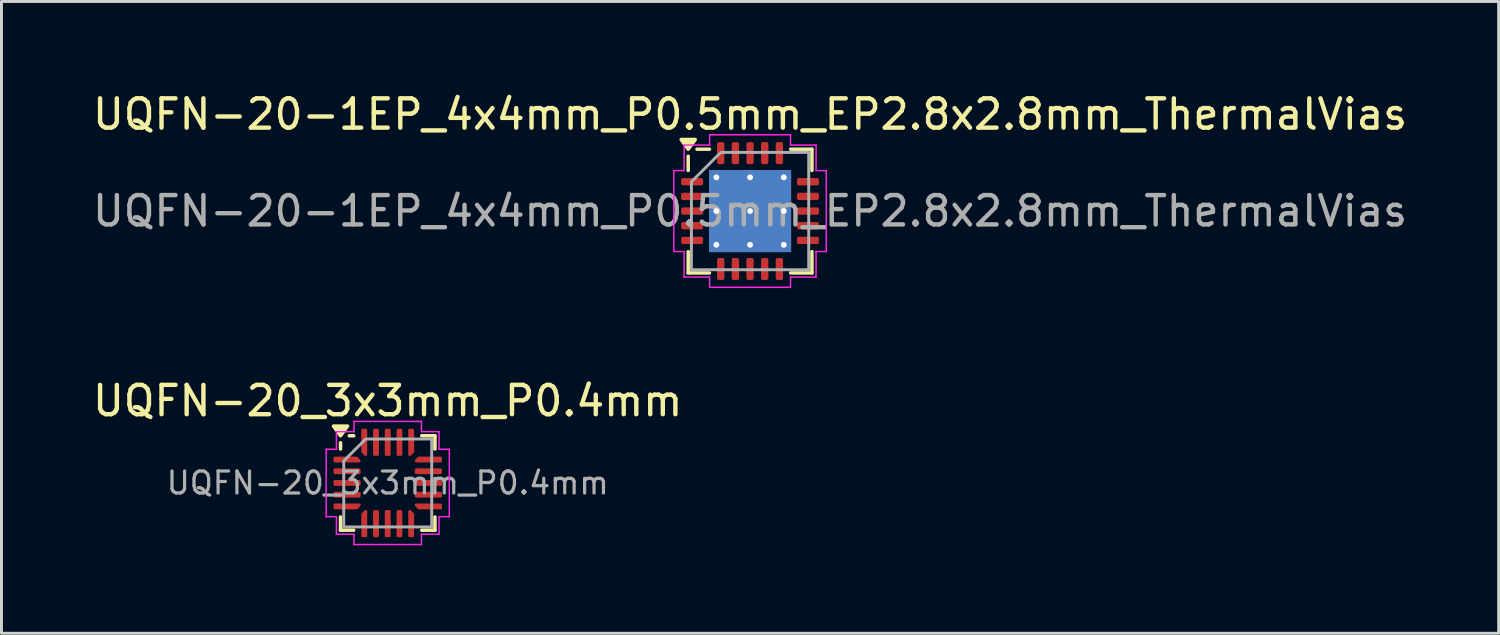
<source format=kicad_pcb>
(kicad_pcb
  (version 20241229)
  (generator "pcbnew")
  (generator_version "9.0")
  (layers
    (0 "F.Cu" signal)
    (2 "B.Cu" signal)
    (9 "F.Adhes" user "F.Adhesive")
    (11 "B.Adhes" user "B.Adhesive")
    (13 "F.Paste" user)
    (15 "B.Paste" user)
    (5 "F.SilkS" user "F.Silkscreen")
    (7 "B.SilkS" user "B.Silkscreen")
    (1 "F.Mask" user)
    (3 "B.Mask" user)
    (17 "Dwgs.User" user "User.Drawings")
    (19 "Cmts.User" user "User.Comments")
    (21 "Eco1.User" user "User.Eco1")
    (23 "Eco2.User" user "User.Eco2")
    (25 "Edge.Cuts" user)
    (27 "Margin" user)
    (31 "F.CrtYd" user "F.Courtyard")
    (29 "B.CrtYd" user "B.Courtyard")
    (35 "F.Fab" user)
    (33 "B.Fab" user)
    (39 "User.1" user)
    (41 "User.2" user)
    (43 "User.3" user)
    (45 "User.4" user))
  (footprint "UQFN-20-1EP_4x4mm_P0.5mm_EP2.8x2.8mm_ThermalVias"
    (layer "F.Cu")
    (at 22.53 4.148)
    (property "Reference" "UQFN-20-1EP_4x4mm_P0.5mm_EP2.8x2.8mm_ThermalVias" (at 0 -3.3 0) (layer "F.SilkS") (effects (font (size 1 1) (thickness 0.15))))
    (attr smd)
    (fp_line (start -2.11 -1.385) (end -2.11 -1.87) (stroke (width 0.12) (type solid)) (layer "F.SilkS"))
    (fp_line (start -2.11 2.11) (end -2.11 1.385) (stroke (width 0.12) (type solid)) (layer "F.SilkS"))
    (fp_line (start -1.385 -2.11) (end -1.81 -2.11) (stroke (width 0.12) (type solid)) (layer "F.SilkS"))
    (fp_line (start -1.385 2.11) (end -2.11 2.11) (stroke (width 0.12) (type solid)) (layer "F.SilkS"))
    (fp_line (start 1.385 -2.11) (end 2.11 -2.11) (stroke (width 0.12) (type solid)) (layer "F.SilkS"))
    (fp_line (start 1.385 2.11) (end 2.11 2.11) (stroke (width 0.12) (type solid)) (layer "F.SilkS"))
    (fp_line (start 2.11 -2.11) (end 2.11 -1.385) (stroke (width 0.12) (type solid)) (layer "F.SilkS"))
    (fp_line (start 2.11 2.11) (end 2.11 1.385) (stroke (width 0.12) (type solid)) (layer "F.SilkS"))
    (fp_poly (pts (xy -2.11 -2.11) (xy -2.35 -2.44) (xy -1.87 -2.44)) (stroke (width 0.12) (type solid)) (fill yes) (layer "F.SilkS"))
    (fp_line (start -2.6 -1.38) (end -2.25 -1.38) (stroke (width 0.05) (type solid)) (layer "F.CrtYd"))
    (fp_line (start -2.6 1.38) (end -2.6 -1.38) (stroke (width 0.05) (type solid)) (layer "F.CrtYd"))
    (fp_line (start -2.25 -2.25) (end -1.38 -2.25) (stroke (width 0.05) (type solid)) (layer "F.CrtYd"))
    (fp_line (start -2.25 -1.38) (end -2.25 -2.25) (stroke (width 0.05) (type solid)) (layer "F.CrtYd"))
    (fp_line (start -2.25 1.38) (end -2.6 1.38) (stroke (width 0.05) (type solid)) (layer "F.CrtYd"))
    (fp_line (start -2.25 2.25) (end -2.25 1.38) (stroke (width 0.05) (type solid)) (layer "F.CrtYd"))
    (fp_line (start -1.38 -2.6) (end 1.38 -2.6) (stroke (width 0.05) (type solid)) (layer "F.CrtYd"))
    (fp_line (start -1.38 -2.25) (end -1.38 -2.6) (stroke (width 0.05) (type solid)) (layer "F.CrtYd"))
    (fp_line (start -1.38 2.25) (end -2.25 2.25) (stroke (width 0.05) (type solid)) (layer "F.CrtYd"))
    (fp_line (start -1.38 2.6) (end -1.38 2.25) (stroke (width 0.05) (type solid)) (layer "F.CrtYd"))
    (fp_line (start 1.38 -2.6) (end 1.38 -2.25) (stroke (width 0.05) (type solid)) (layer "F.CrtYd"))
    (fp_line (start 1.38 -2.25) (end 2.25 -2.25) (stroke (width 0.05) (type solid)) (layer "F.CrtYd"))
    (fp_line (start 1.38 2.25) (end 1.38 2.6) (stroke (width 0.05) (type solid)) (layer "F.CrtYd"))
    (fp_line (start 1.38 2.6) (end -1.38 2.6) (stroke (width 0.05) (type solid)) (layer "F.CrtYd"))
    (fp_line (start 2.25 -2.25) (end 2.25 -1.38) (stroke (width 0.05) (type solid)) (layer "F.CrtYd"))
    (fp_line (start 2.25 -1.38) (end 2.6 -1.38) (stroke (width 0.05) (type solid)) (layer "F.CrtYd"))
    (fp_line (start 2.25 1.38) (end 2.25 2.25) (stroke (width 0.05) (type solid)) (layer "F.CrtYd"))
    (fp_line (start 2.25 2.25) (end 1.38 2.25) (stroke (width 0.05) (type solid)) (layer "F.CrtYd"))
    (fp_line (start 2.6 -1.38) (end 2.6 1.38) (stroke (width 0.05) (type solid)) (layer "F.CrtYd"))
    (fp_line (start 2.6 1.38) (end 2.25 1.38) (stroke (width 0.05) (type solid)) (layer "F.CrtYd"))
    (fp_poly (pts (xy -2 -1) (xy -2 2) (xy 2 2) (xy 2 -2) (xy -1 -2)) (stroke (width 0.1) (type solid)) (fill no) (layer "F.Fab"))
    (fp_text user "${REFERENCE}" (at 0 0 0) (layer "F.Fab") (effects (font (size 1 1) (thickness 0.15))))
    (pad "" smd roundrect (at -0.7 -0.7) (size 1.17 1.17) (layers "F.Paste") (roundrect_rratio 0.214))
    (pad "" smd roundrect (at -0.7 0.7) (size 1.17 1.17) (layers "F.Paste") (roundrect_rratio 0.214))
    (pad "" smd roundrect (at 0.7 -0.7) (size 1.17 1.17) (layers "F.Paste") (roundrect_rratio 0.214))
    (pad "" smd roundrect (at 0.7 0.7) (size 1.17 1.17) (layers "F.Paste") (roundrect_rratio 0.214))
    (pad "1" smd roundrect (at -1.975 -1) (size 0.75 0.25) (layers "F.Cu" "F.Mask" "F.Paste") (roundrect_rratio 0.25))
    (pad "2" smd roundrect (at -1.975 -0.5) (size 0.75 0.25) (layers "F.Cu" "F.Mask" "F.Paste") (roundrect_rratio 0.25))
    (pad "3" smd roundrect (at -1.975 0) (size 0.75 0.25) (layers "F.Cu" "F.Mask" "F.Paste") (roundrect_rratio 0.25))
    (pad "4" smd roundrect (at -1.975 0.5) (size 0.75 0.25) (layers "F.Cu" "F.Mask" "F.Paste") (roundrect_rratio 0.25))
    (pad "5" smd roundrect (at -1.975 1) (size 0.75 0.25) (layers "F.Cu" "F.Mask" "F.Paste") (roundrect_rratio 0.25))
    (pad "6" smd roundrect (at -1 1.975) (size 0.25 0.75) (layers "F.Cu" "F.Mask" "F.Paste") (roundrect_rratio 0.25))
    (pad "7" smd roundrect (at -0.5 1.975) (size 0.25 0.75) (layers "F.Cu" "F.Mask" "F.Paste") (roundrect_rratio 0.25))
    (pad "8" smd roundrect (at 0 1.975) (size 0.25 0.75) (layers "F.Cu" "F.Mask" "F.Paste") (roundrect_rratio 0.25))
    (pad "9" smd roundrect (at 0.5 1.975) (size 0.25 0.75) (layers "F.Cu" "F.Mask" "F.Paste") (roundrect_rratio 0.25))
    (pad "10" smd roundrect (at 1 1.975) (size 0.25 0.75) (layers "F.Cu" "F.Mask" "F.Paste") (roundrect_rratio 0.25))
    (pad "11" smd roundrect (at 1.975 1) (size 0.75 0.25) (layers "F.Cu" "F.Mask" "F.Paste") (roundrect_rratio 0.25))
    (pad "12" smd roundrect (at 1.975 0.5) (size 0.75 0.25) (layers "F.Cu" "F.Mask" "F.Paste") (roundrect_rratio 0.25))
    (pad "13" smd roundrect (at 1.975 0) (size 0.75 0.25) (layers "F.Cu" "F.Mask" "F.Paste") (roundrect_rratio 0.25))
    (pad "14" smd roundrect (at 1.975 -0.5) (size 0.75 0.25) (layers "F.Cu" "F.Mask" "F.Paste") (roundrect_rratio 0.25))
    (pad "15" smd roundrect (at 1.975 -1) (size 0.75 0.25) (layers "F.Cu" "F.Mask" "F.Paste") (roundrect_rratio 0.25))
    (pad "16" smd roundrect (at 1 -1.975) (size 0.25 0.75) (layers "F.Cu" "F.Mask" "F.Paste") (roundrect_rratio 0.25))
    (pad "17" smd roundrect (at 0.5 -1.975) (size 0.25 0.75) (layers "F.Cu" "F.Mask" "F.Paste") (roundrect_rratio 0.25))
    (pad "18" smd roundrect (at 0 -1.975) (size 0.25 0.75) (layers "F.Cu" "F.Mask" "F.Paste") (roundrect_rratio 0.25))
    (pad "19" smd roundrect (at -0.5 -1.975) (size 0.25 0.75) (layers "F.Cu" "F.Mask" "F.Paste") (roundrect_rratio 0.25))
    (pad "20" smd roundrect (at -1 -1.975) (size 0.25 0.75) (layers "F.Cu" "F.Mask" "F.Paste") (roundrect_rratio 0.25))
    (pad "21" thru_hole circle (at -1.15 -1.15) (size 0.5 0.5) (drill 0.2) (property pad_prop_heatsink) (layers "*.Cu"))
    (pad "21" thru_hole circle (at -1.15 0) (size 0.5 0.5) (drill 0.2) (property pad_prop_heatsink) (layers "*.Cu"))
    (pad "21" thru_hole circle (at -1.15 1.15) (size 0.5 0.5) (drill 0.2) (property pad_prop_heatsink) (layers "*.Cu"))
    (pad "21" thru_hole circle (at 0 -1.15) (size 0.5 0.5) (drill 0.2) (property pad_prop_heatsink) (layers "*.Cu"))
    (pad "21" thru_hole circle (at 0 0) (size 0.5 0.5) (drill 0.2) (property pad_prop_heatsink) (layers "*.Cu"))
    (pad "21" smd rect (at 0 0) (size 2.8 2.8) (property pad_prop_heatsink) (layers "F.Cu" "F.Mask"))
    (pad "21" smd rect (at 0 0) (size 2.8 2.8) (property pad_prop_heatsink) (layers "B.Cu"))
    (pad "21" thru_hole circle (at 0 1.15) (size 0.5 0.5) (drill 0.2) (property pad_prop_heatsink) (layers "*.Cu"))
    (pad "21" thru_hole circle (at 1.15 -1.15) (size 0.5 0.5) (drill 0.2) (property pad_prop_heatsink) (layers "*.Cu"))
    (pad "21" thru_hole circle (at 1.15 0) (size 0.5 0.5) (drill 0.2) (property pad_prop_heatsink) (layers "*.Cu"))
    (pad "21" thru_hole circle (at 1.15 1.15) (size 0.5 0.5) (drill 0.2) (property pad_prop_heatsink) (layers "*.Cu")))
  (footprint "UQFN-20_3x3mm_P0.4mm"
    (layer "F.Cu")
    (at 10.173 13.421)
    (property "Reference" "UQFN-20_3x3mm_P0.4mm" (at 0 -2.8 0) (layer "F.SilkS") (effects (font (size 1 1) (thickness 0.15))))
    (attr smd)
    (fp_line (start -1.61 -1.16) (end -1.61 -1.37) (stroke (width 0.12) (type solid)) (layer "F.SilkS"))
    (fp_line (start -1.61 1.61) (end -1.61 1.16) (stroke (width 0.12) (type solid)) (layer "F.SilkS"))
    (fp_line (start -1.16 -1.61) (end -1.31 -1.61) (stroke (width 0.12) (type solid)) (layer "F.SilkS"))
    (fp_line (start -1.16 1.61) (end -1.61 1.61) (stroke (width 0.12) (type solid)) (layer "F.SilkS"))
    (fp_line (start 1.16 -1.61) (end 1.61 -1.61) (stroke (width 0.12) (type solid)) (layer "F.SilkS"))
    (fp_line (start 1.16 1.61) (end 1.61 1.61) (stroke (width 0.12) (type solid)) (layer "F.SilkS"))
    (fp_line (start 1.61 -1.61) (end 1.61 -1.16) (stroke (width 0.12) (type solid)) (layer "F.SilkS"))
    (fp_line (start 1.61 1.61) (end 1.61 1.16) (stroke (width 0.12) (type solid)) (layer "F.SilkS"))
    (fp_poly (pts (xy -1.61 -1.61) (xy -1.85 -1.94) (xy -1.37 -1.94)) (stroke (width 0.12) (type solid)) (fill yes) (layer "F.SilkS"))
    (fp_line (start -2.1 -1.15) (end -1.75 -1.15) (stroke (width 0.05) (type solid)) (layer "F.CrtYd"))
    (fp_line (start -2.1 1.15) (end -2.1 -1.15) (stroke (width 0.05) (type solid)) (layer "F.CrtYd"))
    (fp_line (start -1.75 -1.75) (end -1.15 -1.75) (stroke (width 0.05) (type solid)) (layer "F.CrtYd"))
    (fp_line (start -1.75 -1.15) (end -1.75 -1.75) (stroke (width 0.05) (type solid)) (layer "F.CrtYd"))
    (fp_line (start -1.75 1.15) (end -2.1 1.15) (stroke (width 0.05) (type solid)) (layer "F.CrtYd"))
    (fp_line (start -1.75 1.75) (end -1.75 1.15) (stroke (width 0.05) (type solid)) (layer "F.CrtYd"))
    (fp_line (start -1.15 -2.1) (end 1.15 -2.1) (stroke (width 0.05) (type solid)) (layer "F.CrtYd"))
    (fp_line (start -1.15 -1.75) (end -1.15 -2.1) (stroke (width 0.05) (type solid)) (layer "F.CrtYd"))
    (fp_line (start -1.15 1.75) (end -1.75 1.75) (stroke (width 0.05) (type solid)) (layer "F.CrtYd"))
    (fp_line (start -1.15 2.1) (end -1.15 1.75) (stroke (width 0.05) (type solid)) (layer "F.CrtYd"))
    (fp_line (start 1.15 -2.1) (end 1.15 -1.75) (stroke (width 0.05) (type solid)) (layer "F.CrtYd"))
    (fp_line (start 1.15 -1.75) (end 1.75 -1.75) (stroke (width 0.05) (type solid)) (layer "F.CrtYd"))
    (fp_line (start 1.15 1.75) (end 1.15 2.1) (stroke (width 0.05) (type solid)) (layer "F.CrtYd"))
    (fp_line (start 1.15 2.1) (end -1.15 2.1) (stroke (width 0.05) (type solid)) (layer "F.CrtYd"))
    (fp_line (start 1.75 -1.75) (end 1.75 -1.15) (stroke (width 0.05) (type solid)) (layer "F.CrtYd"))
    (fp_line (start 1.75 -1.15) (end 2.1 -1.15) (stroke (width 0.05) (type solid)) (layer "F.CrtYd"))
    (fp_line (start 1.75 1.15) (end 1.75 1.75) (stroke (width 0.05) (type solid)) (layer "F.CrtYd"))
    (fp_line (start 1.75 1.75) (end 1.15 1.75) (stroke (width 0.05) (type solid)) (layer "F.CrtYd"))
    (fp_line (start 2.1 -1.15) (end 2.1 1.15) (stroke (width 0.05) (type solid)) (layer "F.CrtYd"))
    (fp_line (start 2.1 1.15) (end 1.75 1.15) (stroke (width 0.05) (type solid)) (layer "F.CrtYd"))
    (fp_poly (pts (xy -1.5 -0.75) (xy -1.5 1.5) (xy 1.5 1.5) (xy 1.5 -1.5) (xy -0.75 -1.5)) (stroke (width 0.1) (type solid)) (fill no) (layer "F.Fab"))
    (fp_text user "${REFERENCE}" (at 0 0 0) (layer "F.Fab") (effects (font (size 0.75 0.75) (thickness 0.11))))
    (pad "1" smd custom (at -1.387 -0.8) (size 0.115 0.115) (layers "F.Cu" "F.Mask" "F.Paste") (options (anchor circle)) (primitives (gr_poly (pts (xy -0.422 -0.06) (xy 0.326 -0.06) (xy 0.422 0.037) (xy 0.422 0.06) (xy -0.422 0.06)) (width 0.08) (fill yes))))
    (pad "2" smd roundrect (at -1.387 -0.4) (size 0.925 0.2) (layers "F.Cu" "F.Mask" "F.Paste") (roundrect_rratio 0.25))
    (pad "3" smd roundrect (at -1.387 0) (size 0.925 0.2) (layers "F.Cu" "F.Mask" "F.Paste") (roundrect_rratio 0.25))
    (pad "4" smd roundrect (at -1.387 0.4) (size 0.925 0.2) (layers "F.Cu" "F.Mask" "F.Paste") (roundrect_rratio 0.25))
    (pad "5" smd custom (at -1.387 0.8) (size 0.115 0.115) (layers "F.Cu" "F.Mask" "F.Paste") (options (anchor circle)) (primitives (gr_poly (pts (xy -0.422 -0.06) (xy 0.422 -0.06) (xy 0.422 -0.037) (xy 0.326 0.06) (xy -0.422 0.06)) (width 0.08) (fill yes))))
    (pad "6" smd custom (at -0.8 1.387) (size 0.115 0.115) (layers "F.Cu" "F.Mask" "F.Paste") (options (anchor circle)) (primitives (gr_poly (pts (xy -0.06 -0.326) (xy 0.037 -0.422) (xy 0.06 -0.422) (xy 0.06 0.422) (xy -0.06 0.422)) (width 0.08) (fill yes))))
    (pad "7" smd roundrect (at -0.4 1.387) (size 0.2 0.925) (layers "F.Cu" "F.Mask" "F.Paste") (roundrect_rratio 0.25))
    (pad "8" smd roundrect (at 0 1.387) (size 0.2 0.925) (layers "F.Cu" "F.Mask" "F.Paste") (roundrect_rratio 0.25))
    (pad "9" smd roundrect (at 0.4 1.387) (size 0.2 0.925) (layers "F.Cu" "F.Mask" "F.Paste") (roundrect_rratio 0.25))
    (pad "10" smd custom (at 0.8 1.387) (size 0.115 0.115) (layers "F.Cu" "F.Mask" "F.Paste") (options (anchor circle)) (primitives (gr_poly (pts (xy -0.06 -0.422) (xy -0.037 -0.422) (xy 0.06 -0.326) (xy 0.06 0.422) (xy -0.06 0.422)) (width 0.08) (fill yes))))
    (pad "11" smd custom (at 1.387 0.8) (size 0.115 0.115) (layers "F.Cu" "F.Mask" "F.Paste") (options (anchor circle)) (primitives (gr_poly (pts (xy -0.422 -0.06) (xy 0.422 -0.06) (xy 0.422 0.06) (xy -0.326 0.06) (xy -0.422 -0.037)) (width 0.08) (fill yes))))
    (pad "12" smd roundrect (at 1.387 0.4) (size 0.925 0.2) (layers "F.Cu" "F.Mask" "F.Paste") (roundrect_rratio 0.25))
    (pad "13" smd roundrect (at 1.387 0) (size 0.925 0.2) (layers "F.Cu" "F.Mask" "F.Paste") (roundrect_rratio 0.25))
    (pad "14" smd roundrect (at 1.387 -0.4) (size 0.925 0.2) (layers "F.Cu" "F.Mask" "F.Paste") (roundrect_rratio 0.25))
    (pad "15" smd custom (at 1.387 -0.8) (size 0.115 0.115) (layers "F.Cu" "F.Mask" "F.Paste") (options (anchor circle)) (primitives (gr_poly (pts (xy -0.422 0.037) (xy -0.326 -0.06) (xy 0.422 -0.06) (xy 0.422 0.06) (xy -0.422 0.06)) (width 0.08) (fill yes))))
    (pad "16" smd custom (at 0.8 -1.387) (size 0.115 0.115) (layers "F.Cu" "F.Mask" "F.Paste") (options (anchor circle)) (primitives (gr_poly (pts (xy -0.06 -0.422) (xy 0.06 -0.422) (xy 0.06 0.326) (xy -0.037 0.422) (xy -0.06 0.422)) (width 0.08) (fill yes))))
    (pad "17" smd roundrect (at 0.4 -1.387) (size 0.2 0.925) (layers "F.Cu" "F.Mask" "F.Paste") (roundrect_rratio 0.25))
    (pad "18" smd roundrect (at 0 -1.387) (size 0.2 0.925) (layers "F.Cu" "F.Mask" "F.Paste") (roundrect_rratio 0.25))
    (pad "19" smd roundrect (at -0.4 -1.387) (size 0.2 0.925) (layers "F.Cu" "F.Mask" "F.Paste") (roundrect_rratio 0.25))
    (pad "20" smd custom (at -0.8 -1.387) (size 0.115 0.115) (layers "F.Cu" "F.Mask" "F.Paste") (options (anchor circle)) (primitives (gr_poly (pts (xy -0.06 -0.422) (xy 0.06 -0.422) (xy 0.06 0.422) (xy 0.037 0.422) (xy -0.06 0.326)) (width 0.08) (fill yes)))))
  (gr_rect
    (start -3 -3)
    (end 48.06 18.547)
    (stroke (width 0.1) (type default))
    (fill no)
    (layer "Edge.Cuts")))
</source>
